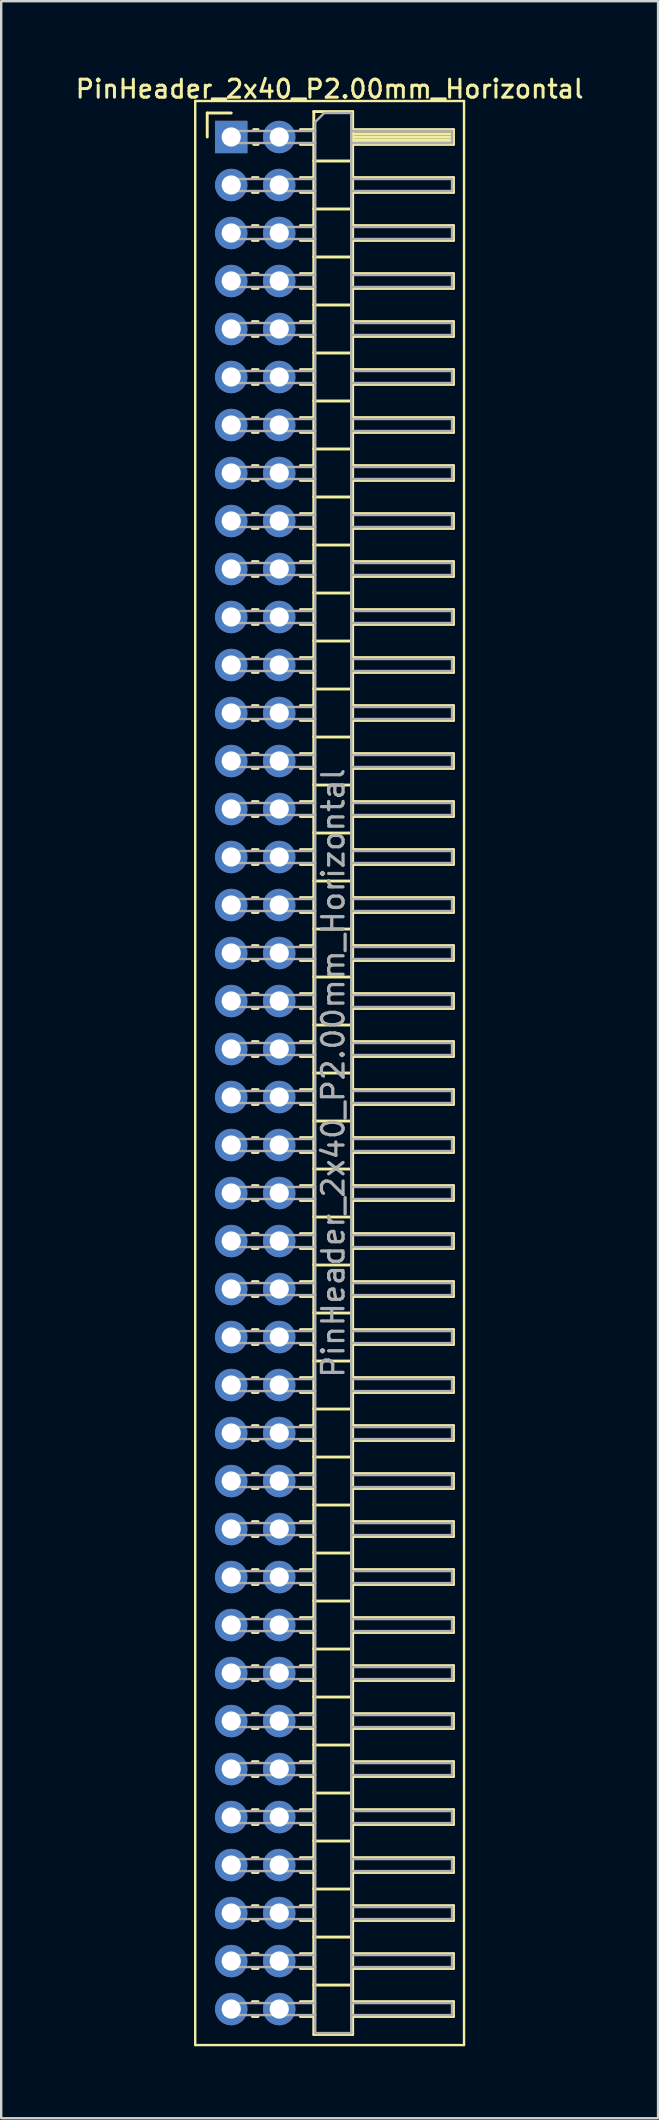
<source format=kicad_pcb>
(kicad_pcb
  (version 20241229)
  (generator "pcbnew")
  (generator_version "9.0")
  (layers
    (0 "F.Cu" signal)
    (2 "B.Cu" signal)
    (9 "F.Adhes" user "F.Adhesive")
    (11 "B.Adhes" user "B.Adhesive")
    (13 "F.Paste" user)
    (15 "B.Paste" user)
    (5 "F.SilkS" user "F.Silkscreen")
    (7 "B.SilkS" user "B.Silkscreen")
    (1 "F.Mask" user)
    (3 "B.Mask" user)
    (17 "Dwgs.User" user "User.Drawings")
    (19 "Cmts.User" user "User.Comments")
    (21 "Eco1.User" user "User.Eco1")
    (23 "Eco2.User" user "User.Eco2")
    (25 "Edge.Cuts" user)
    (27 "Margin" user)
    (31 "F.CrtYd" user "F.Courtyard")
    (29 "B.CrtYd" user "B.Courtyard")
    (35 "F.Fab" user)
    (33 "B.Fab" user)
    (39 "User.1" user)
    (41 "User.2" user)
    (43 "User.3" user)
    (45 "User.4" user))
  (footprint "PinHeader_2x40_P2.00mm_Horizontal"
    (layer "F.Cu")
    (at 6.584 2.658)
    (property "Reference" "PinHeader_2x40_P2.00mm_Horizontal" (at 4.1 -2 0) (layer "F.SilkS") (effects (font (size 0.75 0.75) (thickness 0.125))))
    (attr through_hole)
    (fp_line (start -1.5 -1.5) (end -1.5 79.5) (stroke (width 0.1) (type solid)) (layer "F.SilkS"))
    (fp_line (start -1.5 79.5) (end 9.7 79.5) (stroke (width 0.1) (type solid)) (layer "F.SilkS"))
    (fp_line (start -1 -1) (end 0 -1) (stroke (width 0.12) (type solid)) (layer "F.SilkS"))
    (fp_line (start -1 0) (end -1 -1) (stroke (width 0.12) (type solid)) (layer "F.SilkS"))
    (fp_line (start 0.882 1.69) (end 1.118 1.69) (stroke (width 0.12) (type solid)) (layer "F.SilkS"))
    (fp_line (start 0.882 2.31) (end 1.118 2.31) (stroke (width 0.12) (type solid)) (layer "F.SilkS"))
    (fp_line (start 0.882 3.69) (end 1.118 3.69) (stroke (width 0.12) (type solid)) (layer "F.SilkS"))
    (fp_line (start 0.882 4.31) (end 1.118 4.31) (stroke (width 0.12) (type solid)) (layer "F.SilkS"))
    (fp_line (start 0.882 5.69) (end 1.118 5.69) (stroke (width 0.12) (type solid)) (layer "F.SilkS"))
    (fp_line (start 0.882 6.31) (end 1.118 6.31) (stroke (width 0.12) (type solid)) (layer "F.SilkS"))
    (fp_line (start 0.882 7.69) (end 1.118 7.69) (stroke (width 0.12) (type solid)) (layer "F.SilkS"))
    (fp_line (start 0.882 8.31) (end 1.118 8.31) (stroke (width 0.12) (type solid)) (layer "F.SilkS"))
    (fp_line (start 0.882 9.69) (end 1.118 9.69) (stroke (width 0.12) (type solid)) (layer "F.SilkS"))
    (fp_line (start 0.882 10.31) (end 1.118 10.31) (stroke (width 0.12) (type solid)) (layer "F.SilkS"))
    (fp_line (start 0.882 11.69) (end 1.118 11.69) (stroke (width 0.12) (type solid)) (layer "F.SilkS"))
    (fp_line (start 0.882 12.31) (end 1.118 12.31) (stroke (width 0.12) (type solid)) (layer "F.SilkS"))
    (fp_line (start 0.882 13.69) (end 1.118 13.69) (stroke (width 0.12) (type solid)) (layer "F.SilkS"))
    (fp_line (start 0.882 14.31) (end 1.118 14.31) (stroke (width 0.12) (type solid)) (layer "F.SilkS"))
    (fp_line (start 0.882 15.69) (end 1.118 15.69) (stroke (width 0.12) (type solid)) (layer "F.SilkS"))
    (fp_line (start 0.882 16.31) (end 1.118 16.31) (stroke (width 0.12) (type solid)) (layer "F.SilkS"))
    (fp_line (start 0.882 17.69) (end 1.118 17.69) (stroke (width 0.12) (type solid)) (layer "F.SilkS"))
    (fp_line (start 0.882 18.31) (end 1.118 18.31) (stroke (width 0.12) (type solid)) (layer "F.SilkS"))
    (fp_line (start 0.882 19.69) (end 1.118 19.69) (stroke (width 0.12) (type solid)) (layer "F.SilkS"))
    (fp_line (start 0.882 20.31) (end 1.118 20.31) (stroke (width 0.12) (type solid)) (layer "F.SilkS"))
    (fp_line (start 0.882 21.69) (end 1.118 21.69) (stroke (width 0.12) (type solid)) (layer "F.SilkS"))
    (fp_line (start 0.882 22.31) (end 1.118 22.31) (stroke (width 0.12) (type solid)) (layer "F.SilkS"))
    (fp_line (start 0.882 23.69) (end 1.118 23.69) (stroke (width 0.12) (type solid)) (layer "F.SilkS"))
    (fp_line (start 0.882 24.31) (end 1.118 24.31) (stroke (width 0.12) (type solid)) (layer "F.SilkS"))
    (fp_line (start 0.882 25.69) (end 1.118 25.69) (stroke (width 0.12) (type solid)) (layer "F.SilkS"))
    (fp_line (start 0.882 26.31) (end 1.118 26.31) (stroke (width 0.12) (type solid)) (layer "F.SilkS"))
    (fp_line (start 0.882 27.69) (end 1.118 27.69) (stroke (width 0.12) (type solid)) (layer "F.SilkS"))
    (fp_line (start 0.882 28.31) (end 1.118 28.31) (stroke (width 0.12) (type solid)) (layer "F.SilkS"))
    (fp_line (start 0.882 29.69) (end 1.118 29.69) (stroke (width 0.12) (type solid)) (layer "F.SilkS"))
    (fp_line (start 0.882 30.31) (end 1.118 30.31) (stroke (width 0.12) (type solid)) (layer "F.SilkS"))
    (fp_line (start 0.882 31.69) (end 1.118 31.69) (stroke (width 0.12) (type solid)) (layer "F.SilkS"))
    (fp_line (start 0.882 32.31) (end 1.118 32.31) (stroke (width 0.12) (type solid)) (layer "F.SilkS"))
    (fp_line (start 0.882 33.69) (end 1.118 33.69) (stroke (width 0.12) (type solid)) (layer "F.SilkS"))
    (fp_line (start 0.882 34.31) (end 1.118 34.31) (stroke (width 0.12) (type solid)) (layer "F.SilkS"))
    (fp_line (start 0.882 35.69) (end 1.118 35.69) (stroke (width 0.12) (type solid)) (layer "F.SilkS"))
    (fp_line (start 0.882 36.31) (end 1.118 36.31) (stroke (width 0.12) (type solid)) (layer "F.SilkS"))
    (fp_line (start 0.882 37.69) (end 1.118 37.69) (stroke (width 0.12) (type solid)) (layer "F.SilkS"))
    (fp_line (start 0.882 38.31) (end 1.118 38.31) (stroke (width 0.12) (type solid)) (layer "F.SilkS"))
    (fp_line (start 0.882 39.69) (end 1.118 39.69) (stroke (width 0.12) (type solid)) (layer "F.SilkS"))
    (fp_line (start 0.882 40.31) (end 1.118 40.31) (stroke (width 0.12) (type solid)) (layer "F.SilkS"))
    (fp_line (start 0.882 41.69) (end 1.118 41.69) (stroke (width 0.12) (type solid)) (layer "F.SilkS"))
    (fp_line (start 0.882 42.31) (end 1.118 42.31) (stroke (width 0.12) (type solid)) (layer "F.SilkS"))
    (fp_line (start 0.882 43.69) (end 1.118 43.69) (stroke (width 0.12) (type solid)) (layer "F.SilkS"))
    (fp_line (start 0.882 44.31) (end 1.118 44.31) (stroke (width 0.12) (type solid)) (layer "F.SilkS"))
    (fp_line (start 0.882 45.69) (end 1.118 45.69) (stroke (width 0.12) (type solid)) (layer "F.SilkS"))
    (fp_line (start 0.882 46.31) (end 1.118 46.31) (stroke (width 0.12) (type solid)) (layer "F.SilkS"))
    (fp_line (start 0.882 47.69) (end 1.118 47.69) (stroke (width 0.12) (type solid)) (layer "F.SilkS"))
    (fp_line (start 0.882 48.31) (end 1.118 48.31) (stroke (width 0.12) (type solid)) (layer "F.SilkS"))
    (fp_line (start 0.882 49.69) (end 1.118 49.69) (stroke (width 0.12) (type solid)) (layer "F.SilkS"))
    (fp_line (start 0.882 50.31) (end 1.118 50.31) (stroke (width 0.12) (type solid)) (layer "F.SilkS"))
    (fp_line (start 0.882 51.69) (end 1.118 51.69) (stroke (width 0.12) (type solid)) (layer "F.SilkS"))
    (fp_line (start 0.882 52.31) (end 1.118 52.31) (stroke (width 0.12) (type solid)) (layer "F.SilkS"))
    (fp_line (start 0.882 53.69) (end 1.118 53.69) (stroke (width 0.12) (type solid)) (layer "F.SilkS"))
    (fp_line (start 0.882 54.31) (end 1.118 54.31) (stroke (width 0.12) (type solid)) (layer "F.SilkS"))
    (fp_line (start 0.882 55.69) (end 1.118 55.69) (stroke (width 0.12) (type solid)) (layer "F.SilkS"))
    (fp_line (start 0.882 56.31) (end 1.118 56.31) (stroke (width 0.12) (type solid)) (layer "F.SilkS"))
    (fp_line (start 0.882 57.69) (end 1.118 57.69) (stroke (width 0.12) (type solid)) (layer "F.SilkS"))
    (fp_line (start 0.882 58.31) (end 1.118 58.31) (stroke (width 0.12) (type solid)) (layer "F.SilkS"))
    (fp_line (start 0.882 59.69) (end 1.118 59.69) (stroke (width 0.12) (type solid)) (layer "F.SilkS"))
    (fp_line (start 0.882 60.31) (end 1.118 60.31) (stroke (width 0.12) (type solid)) (layer "F.SilkS"))
    (fp_line (start 0.882 61.69) (end 1.118 61.69) (stroke (width 0.12) (type solid)) (layer "F.SilkS"))
    (fp_line (start 0.882 62.31) (end 1.118 62.31) (stroke (width 0.12) (type solid)) (layer "F.SilkS"))
    (fp_line (start 0.882 63.69) (end 1.118 63.69) (stroke (width 0.12) (type solid)) (layer "F.SilkS"))
    (fp_line (start 0.882 64.31) (end 1.118 64.31) (stroke (width 0.12) (type solid)) (layer "F.SilkS"))
    (fp_line (start 0.882 65.69) (end 1.118 65.69) (stroke (width 0.12) (type solid)) (layer "F.SilkS"))
    (fp_line (start 0.882 66.31) (end 1.118 66.31) (stroke (width 0.12) (type solid)) (layer "F.SilkS"))
    (fp_line (start 0.882 67.69) (end 1.118 67.69) (stroke (width 0.12) (type solid)) (layer "F.SilkS"))
    (fp_line (start 0.882 68.31) (end 1.118 68.31) (stroke (width 0.12) (type solid)) (layer "F.SilkS"))
    (fp_line (start 0.882 69.69) (end 1.118 69.69) (stroke (width 0.12) (type solid)) (layer "F.SilkS"))
    (fp_line (start 0.882 70.31) (end 1.118 70.31) (stroke (width 0.12) (type solid)) (layer "F.SilkS"))
    (fp_line (start 0.882 71.69) (end 1.118 71.69) (stroke (width 0.12) (type solid)) (layer "F.SilkS"))
    (fp_line (start 0.882 72.31) (end 1.118 72.31) (stroke (width 0.12) (type solid)) (layer "F.SilkS"))
    (fp_line (start 0.882 73.69) (end 1.118 73.69) (stroke (width 0.12) (type solid)) (layer "F.SilkS"))
    (fp_line (start 0.882 74.31) (end 1.118 74.31) (stroke (width 0.12) (type solid)) (layer "F.SilkS"))
    (fp_line (start 0.882 75.69) (end 1.118 75.69) (stroke (width 0.12) (type solid)) (layer "F.SilkS"))
    (fp_line (start 0.882 76.31) (end 1.118 76.31) (stroke (width 0.12) (type solid)) (layer "F.SilkS"))
    (fp_line (start 0.882 77.69) (end 1.118 77.69) (stroke (width 0.12) (type solid)) (layer "F.SilkS"))
    (fp_line (start 0.882 78.31) (end 1.118 78.31) (stroke (width 0.12) (type solid)) (layer "F.SilkS"))
    (fp_line (start 0.935 -0.31) (end 1.118 -0.31) (stroke (width 0.12) (type solid)) (layer "F.SilkS"))
    (fp_line (start 0.935 0.31) (end 1.118 0.31) (stroke (width 0.12) (type solid)) (layer "F.SilkS"))
    (fp_line (start 2.882 -0.31) (end 3.44 -0.31) (stroke (width 0.12) (type solid)) (layer "F.SilkS"))
    (fp_line (start 2.882 0.31) (end 3.44 0.31) (stroke (width 0.12) (type solid)) (layer "F.SilkS"))
    (fp_line (start 2.882 1.69) (end 3.44 1.69) (stroke (width 0.12) (type solid)) (layer "F.SilkS"))
    (fp_line (start 2.882 2.31) (end 3.44 2.31) (stroke (width 0.12) (type solid)) (layer "F.SilkS"))
    (fp_line (start 2.882 3.69) (end 3.44 3.69) (stroke (width 0.12) (type solid)) (layer "F.SilkS"))
    (fp_line (start 2.882 4.31) (end 3.44 4.31) (stroke (width 0.12) (type solid)) (layer "F.SilkS"))
    (fp_line (start 2.882 5.69) (end 3.44 5.69) (stroke (width 0.12) (type solid)) (layer "F.SilkS"))
    (fp_line (start 2.882 6.31) (end 3.44 6.31) (stroke (width 0.12) (type solid)) (layer "F.SilkS"))
    (fp_line (start 2.882 7.69) (end 3.44 7.69) (stroke (width 0.12) (type solid)) (layer "F.SilkS"))
    (fp_line (start 2.882 8.31) (end 3.44 8.31) (stroke (width 0.12) (type solid)) (layer "F.SilkS"))
    (fp_line (start 2.882 9.69) (end 3.44 9.69) (stroke (width 0.12) (type solid)) (layer "F.SilkS"))
    (fp_line (start 2.882 10.31) (end 3.44 10.31) (stroke (width 0.12) (type solid)) (layer "F.SilkS"))
    (fp_line (start 2.882 11.69) (end 3.44 11.69) (stroke (width 0.12) (type solid)) (layer "F.SilkS"))
    (fp_line (start 2.882 12.31) (end 3.44 12.31) (stroke (width 0.12) (type solid)) (layer "F.SilkS"))
    (fp_line (start 2.882 13.69) (end 3.44 13.69) (stroke (width 0.12) (type solid)) (layer "F.SilkS"))
    (fp_line (start 2.882 14.31) (end 3.44 14.31) (stroke (width 0.12) (type solid)) (layer "F.SilkS"))
    (fp_line (start 2.882 15.69) (end 3.44 15.69) (stroke (width 0.12) (type solid)) (layer "F.SilkS"))
    (fp_line (start 2.882 16.31) (end 3.44 16.31) (stroke (width 0.12) (type solid)) (layer "F.SilkS"))
    (fp_line (start 2.882 17.69) (end 3.44 17.69) (stroke (width 0.12) (type solid)) (layer "F.SilkS"))
    (fp_line (start 2.882 18.31) (end 3.44 18.31) (stroke (width 0.12) (type solid)) (layer "F.SilkS"))
    (fp_line (start 2.882 19.69) (end 3.44 19.69) (stroke (width 0.12) (type solid)) (layer "F.SilkS"))
    (fp_line (start 2.882 20.31) (end 3.44 20.31) (stroke (width 0.12) (type solid)) (layer "F.SilkS"))
    (fp_line (start 2.882 21.69) (end 3.44 21.69) (stroke (width 0.12) (type solid)) (layer "F.SilkS"))
    (fp_line (start 2.882 22.31) (end 3.44 22.31) (stroke (width 0.12) (type solid)) (layer "F.SilkS"))
    (fp_line (start 2.882 23.69) (end 3.44 23.69) (stroke (width 0.12) (type solid)) (layer "F.SilkS"))
    (fp_line (start 2.882 24.31) (end 3.44 24.31) (stroke (width 0.12) (type solid)) (layer "F.SilkS"))
    (fp_line (start 2.882 25.69) (end 3.44 25.69) (stroke (width 0.12) (type solid)) (layer "F.SilkS"))
    (fp_line (start 2.882 26.31) (end 3.44 26.31) (stroke (width 0.12) (type solid)) (layer "F.SilkS"))
    (fp_line (start 2.882 27.69) (end 3.44 27.69) (stroke (width 0.12) (type solid)) (layer "F.SilkS"))
    (fp_line (start 2.882 28.31) (end 3.44 28.31) (stroke (width 0.12) (type solid)) (layer "F.SilkS"))
    (fp_line (start 2.882 29.69) (end 3.44 29.69) (stroke (width 0.12) (type solid)) (layer "F.SilkS"))
    (fp_line (start 2.882 30.31) (end 3.44 30.31) (stroke (width 0.12) (type solid)) (layer "F.SilkS"))
    (fp_line (start 2.882 31.69) (end 3.44 31.69) (stroke (width 0.12) (type solid)) (layer "F.SilkS"))
    (fp_line (start 2.882 32.31) (end 3.44 32.31) (stroke (width 0.12) (type solid)) (layer "F.SilkS"))
    (fp_line (start 2.882 33.69) (end 3.44 33.69) (stroke (width 0.12) (type solid)) (layer "F.SilkS"))
    (fp_line (start 2.882 34.31) (end 3.44 34.31) (stroke (width 0.12) (type solid)) (layer "F.SilkS"))
    (fp_line (start 2.882 35.69) (end 3.44 35.69) (stroke (width 0.12) (type solid)) (layer "F.SilkS"))
    (fp_line (start 2.882 36.31) (end 3.44 36.31) (stroke (width 0.12) (type solid)) (layer "F.SilkS"))
    (fp_line (start 2.882 37.69) (end 3.44 37.69) (stroke (width 0.12) (type solid)) (layer "F.SilkS"))
    (fp_line (start 2.882 38.31) (end 3.44 38.31) (stroke (width 0.12) (type solid)) (layer "F.SilkS"))
    (fp_line (start 2.882 39.69) (end 3.44 39.69) (stroke (width 0.12) (type solid)) (layer "F.SilkS"))
    (fp_line (start 2.882 40.31) (end 3.44 40.31) (stroke (width 0.12) (type solid)) (layer "F.SilkS"))
    (fp_line (start 2.882 41.69) (end 3.44 41.69) (stroke (width 0.12) (type solid)) (layer "F.SilkS"))
    (fp_line (start 2.882 42.31) (end 3.44 42.31) (stroke (width 0.12) (type solid)) (layer "F.SilkS"))
    (fp_line (start 2.882 43.69) (end 3.44 43.69) (stroke (width 0.12) (type solid)) (layer "F.SilkS"))
    (fp_line (start 2.882 44.31) (end 3.44 44.31) (stroke (width 0.12) (type solid)) (layer "F.SilkS"))
    (fp_line (start 2.882 45.69) (end 3.44 45.69) (stroke (width 0.12) (type solid)) (layer "F.SilkS"))
    (fp_line (start 2.882 46.31) (end 3.44 46.31) (stroke (width 0.12) (type solid)) (layer "F.SilkS"))
    (fp_line (start 2.882 47.69) (end 3.44 47.69) (stroke (width 0.12) (type solid)) (layer "F.SilkS"))
    (fp_line (start 2.882 48.31) (end 3.44 48.31) (stroke (width 0.12) (type solid)) (layer "F.SilkS"))
    (fp_line (start 2.882 49.69) (end 3.44 49.69) (stroke (width 0.12) (type solid)) (layer "F.SilkS"))
    (fp_line (start 2.882 50.31) (end 3.44 50.31) (stroke (width 0.12) (type solid)) (layer "F.SilkS"))
    (fp_line (start 2.882 51.69) (end 3.44 51.69) (stroke (width 0.12) (type solid)) (layer "F.SilkS"))
    (fp_line (start 2.882 52.31) (end 3.44 52.31) (stroke (width 0.12) (type solid)) (layer "F.SilkS"))
    (fp_line (start 2.882 53.69) (end 3.44 53.69) (stroke (width 0.12) (type solid)) (layer "F.SilkS"))
    (fp_line (start 2.882 54.31) (end 3.44 54.31) (stroke (width 0.12) (type solid)) (layer "F.SilkS"))
    (fp_line (start 2.882 55.69) (end 3.44 55.69) (stroke (width 0.12) (type solid)) (layer "F.SilkS"))
    (fp_line (start 2.882 56.31) (end 3.44 56.31) (stroke (width 0.12) (type solid)) (layer "F.SilkS"))
    (fp_line (start 2.882 57.69) (end 3.44 57.69) (stroke (width 0.12) (type solid)) (layer "F.SilkS"))
    (fp_line (start 2.882 58.31) (end 3.44 58.31) (stroke (width 0.12) (type solid)) (layer "F.SilkS"))
    (fp_line (start 2.882 59.69) (end 3.44 59.69) (stroke (width 0.12) (type solid)) (layer "F.SilkS"))
    (fp_line (start 2.882 60.31) (end 3.44 60.31) (stroke (width 0.12) (type solid)) (layer "F.SilkS"))
    (fp_line (start 2.882 61.69) (end 3.44 61.69) (stroke (width 0.12) (type solid)) (layer "F.SilkS"))
    (fp_line (start 2.882 62.31) (end 3.44 62.31) (stroke (width 0.12) (type solid)) (layer "F.SilkS"))
    (fp_line (start 2.882 63.69) (end 3.44 63.69) (stroke (width 0.12) (type solid)) (layer "F.SilkS"))
    (fp_line (start 2.882 64.31) (end 3.44 64.31) (stroke (width 0.12) (type solid)) (layer "F.SilkS"))
    (fp_line (start 2.882 65.69) (end 3.44 65.69) (stroke (width 0.12) (type solid)) (layer "F.SilkS"))
    (fp_line (start 2.882 66.31) (end 3.44 66.31) (stroke (width 0.12) (type solid)) (layer "F.SilkS"))
    (fp_line (start 2.882 67.69) (end 3.44 67.69) (stroke (width 0.12) (type solid)) (layer "F.SilkS"))
    (fp_line (start 2.882 68.31) (end 3.44 68.31) (stroke (width 0.12) (type solid)) (layer "F.SilkS"))
    (fp_line (start 2.882 69.69) (end 3.44 69.69) (stroke (width 0.12) (type solid)) (layer "F.SilkS"))
    (fp_line (start 2.882 70.31) (end 3.44 70.31) (stroke (width 0.12) (type solid)) (layer "F.SilkS"))
    (fp_line (start 2.882 71.69) (end 3.44 71.69) (stroke (width 0.12) (type solid)) (layer "F.SilkS"))
    (fp_line (start 2.882 72.31) (end 3.44 72.31) (stroke (width 0.12) (type solid)) (layer "F.SilkS"))
    (fp_line (start 2.882 73.69) (end 3.44 73.69) (stroke (width 0.12) (type solid)) (layer "F.SilkS"))
    (fp_line (start 2.882 74.31) (end 3.44 74.31) (stroke (width 0.12) (type solid)) (layer "F.SilkS"))
    (fp_line (start 2.882 75.69) (end 3.44 75.69) (stroke (width 0.12) (type solid)) (layer "F.SilkS"))
    (fp_line (start 2.882 76.31) (end 3.44 76.31) (stroke (width 0.12) (type solid)) (layer "F.SilkS"))
    (fp_line (start 2.882 77.69) (end 3.44 77.69) (stroke (width 0.12) (type solid)) (layer "F.SilkS"))
    (fp_line (start 2.882 78.31) (end 3.44 78.31) (stroke (width 0.12) (type solid)) (layer "F.SilkS"))
    (fp_line (start 3.44 -1.06) (end 3.44 79.06) (stroke (width 0.12) (type solid)) (layer "F.SilkS"))
    (fp_line (start 3.44 1) (end 5.06 1) (stroke (width 0.12) (type solid)) (layer "F.SilkS"))
    (fp_line (start 3.44 3) (end 5.06 3) (stroke (width 0.12) (type solid)) (layer "F.SilkS"))
    (fp_line (start 3.44 5) (end 5.06 5) (stroke (width 0.12) (type solid)) (layer "F.SilkS"))
    (fp_line (start 3.44 7) (end 5.06 7) (stroke (width 0.12) (type solid)) (layer "F.SilkS"))
    (fp_line (start 3.44 9) (end 5.06 9) (stroke (width 0.12) (type solid)) (layer "F.SilkS"))
    (fp_line (start 3.44 11) (end 5.06 11) (stroke (width 0.12) (type solid)) (layer "F.SilkS"))
    (fp_line (start 3.44 13) (end 5.06 13) (stroke (width 0.12) (type solid)) (layer "F.SilkS"))
    (fp_line (start 3.44 15) (end 5.06 15) (stroke (width 0.12) (type solid)) (layer "F.SilkS"))
    (fp_line (start 3.44 17) (end 5.06 17) (stroke (width 0.12) (type solid)) (layer "F.SilkS"))
    (fp_line (start 3.44 19) (end 5.06 19) (stroke (width 0.12) (type solid)) (layer "F.SilkS"))
    (fp_line (start 3.44 21) (end 5.06 21) (stroke (width 0.12) (type solid)) (layer "F.SilkS"))
    (fp_line (start 3.44 23) (end 5.06 23) (stroke (width 0.12) (type solid)) (layer "F.SilkS"))
    (fp_line (start 3.44 25) (end 5.06 25) (stroke (width 0.12) (type solid)) (layer "F.SilkS"))
    (fp_line (start 3.44 27) (end 5.06 27) (stroke (width 0.12) (type solid)) (layer "F.SilkS"))
    (fp_line (start 3.44 29) (end 5.06 29) (stroke (width 0.12) (type solid)) (layer "F.SilkS"))
    (fp_line (start 3.44 31) (end 5.06 31) (stroke (width 0.12) (type solid)) (layer "F.SilkS"))
    (fp_line (start 3.44 33) (end 5.06 33) (stroke (width 0.12) (type solid)) (layer "F.SilkS"))
    (fp_line (start 3.44 35) (end 5.06 35) (stroke (width 0.12) (type solid)) (layer "F.SilkS"))
    (fp_line (start 3.44 37) (end 5.06 37) (stroke (width 0.12) (type solid)) (layer "F.SilkS"))
    (fp_line (start 3.44 39) (end 5.06 39) (stroke (width 0.12) (type solid)) (layer "F.SilkS"))
    (fp_line (start 3.44 41) (end 5.06 41) (stroke (width 0.12) (type solid)) (layer "F.SilkS"))
    (fp_line (start 3.44 43) (end 5.06 43) (stroke (width 0.12) (type solid)) (layer "F.SilkS"))
    (fp_line (start 3.44 45) (end 5.06 45) (stroke (width 0.12) (type solid)) (layer "F.SilkS"))
    (fp_line (start 3.44 47) (end 5.06 47) (stroke (width 0.12) (type solid)) (layer "F.SilkS"))
    (fp_line (start 3.44 49) (end 5.06 49) (stroke (width 0.12) (type solid)) (layer "F.SilkS"))
    (fp_line (start 3.44 51) (end 5.06 51) (stroke (width 0.12) (type solid)) (layer "F.SilkS"))
    (fp_line (start 3.44 53) (end 5.06 53) (stroke (width 0.12) (type solid)) (layer "F.SilkS"))
    (fp_line (start 3.44 55) (end 5.06 55) (stroke (width 0.12) (type solid)) (layer "F.SilkS"))
    (fp_line (start 3.44 57) (end 5.06 57) (stroke (width 0.12) (type solid)) (layer "F.SilkS"))
    (fp_line (start 3.44 59) (end 5.06 59) (stroke (width 0.12) (type solid)) (layer "F.SilkS"))
    (fp_line (start 3.44 61) (end 5.06 61) (stroke (width 0.12) (type solid)) (layer "F.SilkS"))
    (fp_line (start 3.44 63) (end 5.06 63) (stroke (width 0.12) (type solid)) (layer "F.SilkS"))
    (fp_line (start 3.44 65) (end 5.06 65) (stroke (width 0.12) (type solid)) (layer "F.SilkS"))
    (fp_line (start 3.44 67) (end 5.06 67) (stroke (width 0.12) (type solid)) (layer "F.SilkS"))
    (fp_line (start 3.44 69) (end 5.06 69) (stroke (width 0.12) (type solid)) (layer "F.SilkS"))
    (fp_line (start 3.44 71) (end 5.06 71) (stroke (width 0.12) (type solid)) (layer "F.SilkS"))
    (fp_line (start 3.44 73) (end 5.06 73) (stroke (width 0.12) (type solid)) (layer "F.SilkS"))
    (fp_line (start 3.44 75) (end 5.06 75) (stroke (width 0.12) (type solid)) (layer "F.SilkS"))
    (fp_line (start 3.44 77) (end 5.06 77) (stroke (width 0.12) (type solid)) (layer "F.SilkS"))
    (fp_line (start 3.44 79.06) (end 5.06 79.06) (stroke (width 0.12) (type solid)) (layer "F.SilkS"))
    (fp_line (start 5.06 -1.06) (end 3.44 -1.06) (stroke (width 0.12) (type solid)) (layer "F.SilkS"))
    (fp_line (start 5.06 -0.31) (end 9.26 -0.31) (stroke (width 0.12) (type solid)) (layer "F.SilkS"))
    (fp_line (start 5.06 -0.25) (end 9.26 -0.25) (stroke (width 0.12) (type solid)) (layer "F.SilkS"))
    (fp_line (start 5.06 -0.13) (end 9.26 -0.13) (stroke (width 0.12) (type solid)) (layer "F.SilkS"))
    (fp_line (start 5.06 -0.01) (end 9.26 -0.01) (stroke (width 0.12) (type solid)) (layer "F.SilkS"))
    (fp_line (start 5.06 0.11) (end 9.26 0.11) (stroke (width 0.12) (type solid)) (layer "F.SilkS"))
    (fp_line (start 5.06 0.23) (end 9.26 0.23) (stroke (width 0.12) (type solid)) (layer "F.SilkS"))
    (fp_line (start 5.06 1.69) (end 9.26 1.69) (stroke (width 0.12) (type solid)) (layer "F.SilkS"))
    (fp_line (start 5.06 3.69) (end 9.26 3.69) (stroke (width 0.12) (type solid)) (layer "F.SilkS"))
    (fp_line (start 5.06 5.69) (end 9.26 5.69) (stroke (width 0.12) (type solid)) (layer "F.SilkS"))
    (fp_line (start 5.06 7.69) (end 9.26 7.69) (stroke (width 0.12) (type solid)) (layer "F.SilkS"))
    (fp_line (start 5.06 9.69) (end 9.26 9.69) (stroke (width 0.12) (type solid)) (layer "F.SilkS"))
    (fp_line (start 5.06 11.69) (end 9.26 11.69) (stroke (width 0.12) (type solid)) (layer "F.SilkS"))
    (fp_line (start 5.06 13.69) (end 9.26 13.69) (stroke (width 0.12) (type solid)) (layer "F.SilkS"))
    (fp_line (start 5.06 15.69) (end 9.26 15.69) (stroke (width 0.12) (type solid)) (layer "F.SilkS"))
    (fp_line (start 5.06 17.69) (end 9.26 17.69) (stroke (width 0.12) (type solid)) (layer "F.SilkS"))
    (fp_line (start 5.06 19.69) (end 9.26 19.69) (stroke (width 0.12) (type solid)) (layer "F.SilkS"))
    (fp_line (start 5.06 21.69) (end 9.26 21.69) (stroke (width 0.12) (type solid)) (layer "F.SilkS"))
    (fp_line (start 5.06 23.69) (end 9.26 23.69) (stroke (width 0.12) (type solid)) (layer "F.SilkS"))
    (fp_line (start 5.06 25.69) (end 9.26 25.69) (stroke (width 0.12) (type solid)) (layer "F.SilkS"))
    (fp_line (start 5.06 27.69) (end 9.26 27.69) (stroke (width 0.12) (type solid)) (layer "F.SilkS"))
    (fp_line (start 5.06 29.69) (end 9.26 29.69) (stroke (width 0.12) (type solid)) (layer "F.SilkS"))
    (fp_line (start 5.06 31.69) (end 9.26 31.69) (stroke (width 0.12) (type solid)) (layer "F.SilkS"))
    (fp_line (start 5.06 33.69) (end 9.26 33.69) (stroke (width 0.12) (type solid)) (layer "F.SilkS"))
    (fp_line (start 5.06 35.69) (end 9.26 35.69) (stroke (width 0.12) (type solid)) (layer "F.SilkS"))
    (fp_line (start 5.06 37.69) (end 9.26 37.69) (stroke (width 0.12) (type solid)) (layer "F.SilkS"))
    (fp_line (start 5.06 39.69) (end 9.26 39.69) (stroke (width 0.12) (type solid)) (layer "F.SilkS"))
    (fp_line (start 5.06 41.69) (end 9.26 41.69) (stroke (width 0.12) (type solid)) (layer "F.SilkS"))
    (fp_line (start 5.06 43.69) (end 9.26 43.69) (stroke (width 0.12) (type solid)) (layer "F.SilkS"))
    (fp_line (start 5.06 45.69) (end 9.26 45.69) (stroke (width 0.12) (type solid)) (layer "F.SilkS"))
    (fp_line (start 5.06 47.69) (end 9.26 47.69) (stroke (width 0.12) (type solid)) (layer "F.SilkS"))
    (fp_line (start 5.06 49.69) (end 9.26 49.69) (stroke (width 0.12) (type solid)) (layer "F.SilkS"))
    (fp_line (start 5.06 51.69) (end 9.26 51.69) (stroke (width 0.12) (type solid)) (layer "F.SilkS"))
    (fp_line (start 5.06 53.69) (end 9.26 53.69) (stroke (width 0.12) (type solid)) (layer "F.SilkS"))
    (fp_line (start 5.06 55.69) (end 9.26 55.69) (stroke (width 0.12) (type solid)) (layer "F.SilkS"))
    (fp_line (start 5.06 57.69) (end 9.26 57.69) (stroke (width 0.12) (type solid)) (layer "F.SilkS"))
    (fp_line (start 5.06 59.69) (end 9.26 59.69) (stroke (width 0.12) (type solid)) (layer "F.SilkS"))
    (fp_line (start 5.06 61.69) (end 9.26 61.69) (stroke (width 0.12) (type solid)) (layer "F.SilkS"))
    (fp_line (start 5.06 63.69) (end 9.26 63.69) (stroke (width 0.12) (type solid)) (layer "F.SilkS"))
    (fp_line (start 5.06 65.69) (end 9.26 65.69) (stroke (width 0.12) (type solid)) (layer "F.SilkS"))
    (fp_line (start 5.06 67.69) (end 9.26 67.69) (stroke (width 0.12) (type solid)) (layer "F.SilkS"))
    (fp_line (start 5.06 69.69) (end 9.26 69.69) (stroke (width 0.12) (type solid)) (layer "F.SilkS"))
    (fp_line (start 5.06 71.69) (end 9.26 71.69) (stroke (width 0.12) (type solid)) (layer "F.SilkS"))
    (fp_line (start 5.06 73.69) (end 9.26 73.69) (stroke (width 0.12) (type solid)) (layer "F.SilkS"))
    (fp_line (start 5.06 75.69) (end 9.26 75.69) (stroke (width 0.12) (type solid)) (layer "F.SilkS"))
    (fp_line (start 5.06 77.69) (end 9.26 77.69) (stroke (width 0.12) (type solid)) (layer "F.SilkS"))
    (fp_line (start 5.06 79.06) (end 5.06 -1.06) (stroke (width 0.12) (type solid)) (layer "F.SilkS"))
    (fp_line (start 9.26 -0.31) (end 9.26 0.31) (stroke (width 0.12) (type solid)) (layer "F.SilkS"))
    (fp_line (start 9.26 0.31) (end 5.06 0.31) (stroke (width 0.12) (type solid)) (layer "F.SilkS"))
    (fp_line (start 9.26 1.69) (end 9.26 2.31) (stroke (width 0.12) (type solid)) (layer "F.SilkS"))
    (fp_line (start 9.26 2.31) (end 5.06 2.31) (stroke (width 0.12) (type solid)) (layer "F.SilkS"))
    (fp_line (start 9.26 3.69) (end 9.26 4.31) (stroke (width 0.12) (type solid)) (layer "F.SilkS"))
    (fp_line (start 9.26 4.31) (end 5.06 4.31) (stroke (width 0.12) (type solid)) (layer "F.SilkS"))
    (fp_line (start 9.26 5.69) (end 9.26 6.31) (stroke (width 0.12) (type solid)) (layer "F.SilkS"))
    (fp_line (start 9.26 6.31) (end 5.06 6.31) (stroke (width 0.12) (type solid)) (layer "F.SilkS"))
    (fp_line (start 9.26 7.69) (end 9.26 8.31) (stroke (width 0.12) (type solid)) (layer "F.SilkS"))
    (fp_line (start 9.26 8.31) (end 5.06 8.31) (stroke (width 0.12) (type solid)) (layer "F.SilkS"))
    (fp_line (start 9.26 9.69) (end 9.26 10.31) (stroke (width 0.12) (type solid)) (layer "F.SilkS"))
    (fp_line (start 9.26 10.31) (end 5.06 10.31) (stroke (width 0.12) (type solid)) (layer "F.SilkS"))
    (fp_line (start 9.26 11.69) (end 9.26 12.31) (stroke (width 0.12) (type solid)) (layer "F.SilkS"))
    (fp_line (start 9.26 12.31) (end 5.06 12.31) (stroke (width 0.12) (type solid)) (layer "F.SilkS"))
    (fp_line (start 9.26 13.69) (end 9.26 14.31) (stroke (width 0.12) (type solid)) (layer "F.SilkS"))
    (fp_line (start 9.26 14.31) (end 5.06 14.31) (stroke (width 0.12) (type solid)) (layer "F.SilkS"))
    (fp_line (start 9.26 15.69) (end 9.26 16.31) (stroke (width 0.12) (type solid)) (layer "F.SilkS"))
    (fp_line (start 9.26 16.31) (end 5.06 16.31) (stroke (width 0.12) (type solid)) (layer "F.SilkS"))
    (fp_line (start 9.26 17.69) (end 9.26 18.31) (stroke (width 0.12) (type solid)) (layer "F.SilkS"))
    (fp_line (start 9.26 18.31) (end 5.06 18.31) (stroke (width 0.12) (type solid)) (layer "F.SilkS"))
    (fp_line (start 9.26 19.69) (end 9.26 20.31) (stroke (width 0.12) (type solid)) (layer "F.SilkS"))
    (fp_line (start 9.26 20.31) (end 5.06 20.31) (stroke (width 0.12) (type solid)) (layer "F.SilkS"))
    (fp_line (start 9.26 21.69) (end 9.26 22.31) (stroke (width 0.12) (type solid)) (layer "F.SilkS"))
    (fp_line (start 9.26 22.31) (end 5.06 22.31) (stroke (width 0.12) (type solid)) (layer "F.SilkS"))
    (fp_line (start 9.26 23.69) (end 9.26 24.31) (stroke (width 0.12) (type solid)) (layer "F.SilkS"))
    (fp_line (start 9.26 24.31) (end 5.06 24.31) (stroke (width 0.12) (type solid)) (layer "F.SilkS"))
    (fp_line (start 9.26 25.69) (end 9.26 26.31) (stroke (width 0.12) (type solid)) (layer "F.SilkS"))
    (fp_line (start 9.26 26.31) (end 5.06 26.31) (stroke (width 0.12) (type solid)) (layer "F.SilkS"))
    (fp_line (start 9.26 27.69) (end 9.26 28.31) (stroke (width 0.12) (type solid)) (layer "F.SilkS"))
    (fp_line (start 9.26 28.31) (end 5.06 28.31) (stroke (width 0.12) (type solid)) (layer "F.SilkS"))
    (fp_line (start 9.26 29.69) (end 9.26 30.31) (stroke (width 0.12) (type solid)) (layer "F.SilkS"))
    (fp_line (start 9.26 30.31) (end 5.06 30.31) (stroke (width 0.12) (type solid)) (layer "F.SilkS"))
    (fp_line (start 9.26 31.69) (end 9.26 32.31) (stroke (width 0.12) (type solid)) (layer "F.SilkS"))
    (fp_line (start 9.26 32.31) (end 5.06 32.31) (stroke (width 0.12) (type solid)) (layer "F.SilkS"))
    (fp_line (start 9.26 33.69) (end 9.26 34.31) (stroke (width 0.12) (type solid)) (layer "F.SilkS"))
    (fp_line (start 9.26 34.31) (end 5.06 34.31) (stroke (width 0.12) (type solid)) (layer "F.SilkS"))
    (fp_line (start 9.26 35.69) (end 9.26 36.31) (stroke (width 0.12) (type solid)) (layer "F.SilkS"))
    (fp_line (start 9.26 36.31) (end 5.06 36.31) (stroke (width 0.12) (type solid)) (layer "F.SilkS"))
    (fp_line (start 9.26 37.69) (end 9.26 38.31) (stroke (width 0.12) (type solid)) (layer "F.SilkS"))
    (fp_line (start 9.26 38.31) (end 5.06 38.31) (stroke (width 0.12) (type solid)) (layer "F.SilkS"))
    (fp_line (start 9.26 39.69) (end 9.26 40.31) (stroke (width 0.12) (type solid)) (layer "F.SilkS"))
    (fp_line (start 9.26 40.31) (end 5.06 40.31) (stroke (width 0.12) (type solid)) (layer "F.SilkS"))
    (fp_line (start 9.26 41.69) (end 9.26 42.31) (stroke (width 0.12) (type solid)) (layer "F.SilkS"))
    (fp_line (start 9.26 42.31) (end 5.06 42.31) (stroke (width 0.12) (type solid)) (layer "F.SilkS"))
    (fp_line (start 9.26 43.69) (end 9.26 44.31) (stroke (width 0.12) (type solid)) (layer "F.SilkS"))
    (fp_line (start 9.26 44.31) (end 5.06 44.31) (stroke (width 0.12) (type solid)) (layer "F.SilkS"))
    (fp_line (start 9.26 45.69) (end 9.26 46.31) (stroke (width 0.12) (type solid)) (layer "F.SilkS"))
    (fp_line (start 9.26 46.31) (end 5.06 46.31) (stroke (width 0.12) (type solid)) (layer "F.SilkS"))
    (fp_line (start 9.26 47.69) (end 9.26 48.31) (stroke (width 0.12) (type solid)) (layer "F.SilkS"))
    (fp_line (start 9.26 48.31) (end 5.06 48.31) (stroke (width 0.12) (type solid)) (layer "F.SilkS"))
    (fp_line (start 9.26 49.69) (end 9.26 50.31) (stroke (width 0.12) (type solid)) (layer "F.SilkS"))
    (fp_line (start 9.26 50.31) (end 5.06 50.31) (stroke (width 0.12) (type solid)) (layer "F.SilkS"))
    (fp_line (start 9.26 51.69) (end 9.26 52.31) (stroke (width 0.12) (type solid)) (layer "F.SilkS"))
    (fp_line (start 9.26 52.31) (end 5.06 52.31) (stroke (width 0.12) (type solid)) (layer "F.SilkS"))
    (fp_line (start 9.26 53.69) (end 9.26 54.31) (stroke (width 0.12) (type solid)) (layer "F.SilkS"))
    (fp_line (start 9.26 54.31) (end 5.06 54.31) (stroke (width 0.12) (type solid)) (layer "F.SilkS"))
    (fp_line (start 9.26 55.69) (end 9.26 56.31) (stroke (width 0.12) (type solid)) (layer "F.SilkS"))
    (fp_line (start 9.26 56.31) (end 5.06 56.31) (stroke (width 0.12) (type solid)) (layer "F.SilkS"))
    (fp_line (start 9.26 57.69) (end 9.26 58.31) (stroke (width 0.12) (type solid)) (layer "F.SilkS"))
    (fp_line (start 9.26 58.31) (end 5.06 58.31) (stroke (width 0.12) (type solid)) (layer "F.SilkS"))
    (fp_line (start 9.26 59.69) (end 9.26 60.31) (stroke (width 0.12) (type solid)) (layer "F.SilkS"))
    (fp_line (start 9.26 60.31) (end 5.06 60.31) (stroke (width 0.12) (type solid)) (layer "F.SilkS"))
    (fp_line (start 9.26 61.69) (end 9.26 62.31) (stroke (width 0.12) (type solid)) (layer "F.SilkS"))
    (fp_line (start 9.26 62.31) (end 5.06 62.31) (stroke (width 0.12) (type solid)) (layer "F.SilkS"))
    (fp_line (start 9.26 63.69) (end 9.26 64.31) (stroke (width 0.12) (type solid)) (layer "F.SilkS"))
    (fp_line (start 9.26 64.31) (end 5.06 64.31) (stroke (width 0.12) (type solid)) (layer "F.SilkS"))
    (fp_line (start 9.26 65.69) (end 9.26 66.31) (stroke (width 0.12) (type solid)) (layer "F.SilkS"))
    (fp_line (start 9.26 66.31) (end 5.06 66.31) (stroke (width 0.12) (type solid)) (layer "F.SilkS"))
    (fp_line (start 9.26 67.69) (end 9.26 68.31) (stroke (width 0.12) (type solid)) (layer "F.SilkS"))
    (fp_line (start 9.26 68.31) (end 5.06 68.31) (stroke (width 0.12) (type solid)) (layer "F.SilkS"))
    (fp_line (start 9.26 69.69) (end 9.26 70.31) (stroke (width 0.12) (type solid)) (layer "F.SilkS"))
    (fp_line (start 9.26 70.31) (end 5.06 70.31) (stroke (width 0.12) (type solid)) (layer "F.SilkS"))
    (fp_line (start 9.26 71.69) (end 9.26 72.31) (stroke (width 0.12) (type solid)) (layer "F.SilkS"))
    (fp_line (start 9.26 72.31) (end 5.06 72.31) (stroke (width 0.12) (type solid)) (layer "F.SilkS"))
    (fp_line (start 9.26 73.69) (end 9.26 74.31) (stroke (width 0.12) (type solid)) (layer "F.SilkS"))
    (fp_line (start 9.26 74.31) (end 5.06 74.31) (stroke (width 0.12) (type solid)) (layer "F.SilkS"))
    (fp_line (start 9.26 75.69) (end 9.26 76.31) (stroke (width 0.12) (type solid)) (layer "F.SilkS"))
    (fp_line (start 9.26 76.31) (end 5.06 76.31) (stroke (width 0.12) (type solid)) (layer "F.SilkS"))
    (fp_line (start 9.26 77.69) (end 9.26 78.31) (stroke (width 0.12) (type solid)) (layer "F.SilkS"))
    (fp_line (start 9.26 78.31) (end 5.06 78.31) (stroke (width 0.12) (type solid)) (layer "F.SilkS"))
    (fp_line (start 9.7 -1.5) (end -1.5 -1.5) (stroke (width 0.1) (type solid)) (layer "F.SilkS"))
    (fp_line (start 9.7 79.5) (end 9.7 -1.5) (stroke (width 0.1) (type solid)) (layer "F.SilkS"))
    (fp_line (start -0.25 -0.25) (end -0.25 0.25) (stroke (width 0.1) (type solid)) (layer "F.Fab"))
    (fp_line (start -0.25 -0.25) (end 3.5 -0.25) (stroke (width 0.1) (type solid)) (layer "F.Fab"))
    (fp_line (start -0.25 0.25) (end 3.5 0.25) (stroke (width 0.1) (type solid)) (layer "F.Fab"))
    (fp_line (start -0.25 1.75) (end -0.25 2.25) (stroke (width 0.1) (type solid)) (layer "F.Fab"))
    (fp_line (start -0.25 1.75) (end 3.5 1.75) (stroke (width 0.1) (type solid)) (layer "F.Fab"))
    (fp_line (start -0.25 2.25) (end 3.5 2.25) (stroke (width 0.1) (type solid)) (layer "F.Fab"))
    (fp_line (start -0.25 3.75) (end -0.25 4.25) (stroke (width 0.1) (type solid)) (layer "F.Fab"))
    (fp_line (start -0.25 3.75) (end 3.5 3.75) (stroke (width 0.1) (type solid)) (layer "F.Fab"))
    (fp_line (start -0.25 4.25) (end 3.5 4.25) (stroke (width 0.1) (type solid)) (layer "F.Fab"))
    (fp_line (start -0.25 5.75) (end -0.25 6.25) (stroke (width 0.1) (type solid)) (layer "F.Fab"))
    (fp_line (start -0.25 5.75) (end 3.5 5.75) (stroke (width 0.1) (type solid)) (layer "F.Fab"))
    (fp_line (start -0.25 6.25) (end 3.5 6.25) (stroke (width 0.1) (type solid)) (layer "F.Fab"))
    (fp_line (start -0.25 7.75) (end -0.25 8.25) (stroke (width 0.1) (type solid)) (layer "F.Fab"))
    (fp_line (start -0.25 7.75) (end 3.5 7.75) (stroke (width 0.1) (type solid)) (layer "F.Fab"))
    (fp_line (start -0.25 8.25) (end 3.5 8.25) (stroke (width 0.1) (type solid)) (layer "F.Fab"))
    (fp_line (start -0.25 9.75) (end -0.25 10.25) (stroke (width 0.1) (type solid)) (layer "F.Fab"))
    (fp_line (start -0.25 9.75) (end 3.5 9.75) (stroke (width 0.1) (type solid)) (layer "F.Fab"))
    (fp_line (start -0.25 10.25) (end 3.5 10.25) (stroke (width 0.1) (type solid)) (layer "F.Fab"))
    (fp_line (start -0.25 11.75) (end -0.25 12.25) (stroke (width 0.1) (type solid)) (layer "F.Fab"))
    (fp_line (start -0.25 11.75) (end 3.5 11.75) (stroke (width 0.1) (type solid)) (layer "F.Fab"))
    (fp_line (start -0.25 12.25) (end 3.5 12.25) (stroke (width 0.1) (type solid)) (layer "F.Fab"))
    (fp_line (start -0.25 13.75) (end -0.25 14.25) (stroke (width 0.1) (type solid)) (layer "F.Fab"))
    (fp_line (start -0.25 13.75) (end 3.5 13.75) (stroke (width 0.1) (type solid)) (layer "F.Fab"))
    (fp_line (start -0.25 14.25) (end 3.5 14.25) (stroke (width 0.1) (type solid)) (layer "F.Fab"))
    (fp_line (start -0.25 15.75) (end -0.25 16.25) (stroke (width 0.1) (type solid)) (layer "F.Fab"))
    (fp_line (start -0.25 15.75) (end 3.5 15.75) (stroke (width 0.1) (type solid)) (layer "F.Fab"))
    (fp_line (start -0.25 16.25) (end 3.5 16.25) (stroke (width 0.1) (type solid)) (layer "F.Fab"))
    (fp_line (start -0.25 17.75) (end -0.25 18.25) (stroke (width 0.1) (type solid)) (layer "F.Fab"))
    (fp_line (start -0.25 17.75) (end 3.5 17.75) (stroke (width 0.1) (type solid)) (layer "F.Fab"))
    (fp_line (start -0.25 18.25) (end 3.5 18.25) (stroke (width 0.1) (type solid)) (layer "F.Fab"))
    (fp_line (start -0.25 19.75) (end -0.25 20.25) (stroke (width 0.1) (type solid)) (layer "F.Fab"))
    (fp_line (start -0.25 19.75) (end 3.5 19.75) (stroke (width 0.1) (type solid)) (layer "F.Fab"))
    (fp_line (start -0.25 20.25) (end 3.5 20.25) (stroke (width 0.1) (type solid)) (layer "F.Fab"))
    (fp_line (start -0.25 21.75) (end -0.25 22.25) (stroke (width 0.1) (type solid)) (layer "F.Fab"))
    (fp_line (start -0.25 21.75) (end 3.5 21.75) (stroke (width 0.1) (type solid)) (layer "F.Fab"))
    (fp_line (start -0.25 22.25) (end 3.5 22.25) (stroke (width 0.1) (type solid)) (layer "F.Fab"))
    (fp_line (start -0.25 23.75) (end -0.25 24.25) (stroke (width 0.1) (type solid)) (layer "F.Fab"))
    (fp_line (start -0.25 23.75) (end 3.5 23.75) (stroke (width 0.1) (type solid)) (layer "F.Fab"))
    (fp_line (start -0.25 24.25) (end 3.5 24.25) (stroke (width 0.1) (type solid)) (layer "F.Fab"))
    (fp_line (start -0.25 25.75) (end -0.25 26.25) (stroke (width 0.1) (type solid)) (layer "F.Fab"))
    (fp_line (start -0.25 25.75) (end 3.5 25.75) (stroke (width 0.1) (type solid)) (layer "F.Fab"))
    (fp_line (start -0.25 26.25) (end 3.5 26.25) (stroke (width 0.1) (type solid)) (layer "F.Fab"))
    (fp_line (start -0.25 27.75) (end -0.25 28.25) (stroke (width 0.1) (type solid)) (layer "F.Fab"))
    (fp_line (start -0.25 27.75) (end 3.5 27.75) (stroke (width 0.1) (type solid)) (layer "F.Fab"))
    (fp_line (start -0.25 28.25) (end 3.5 28.25) (stroke (width 0.1) (type solid)) (layer "F.Fab"))
    (fp_line (start -0.25 29.75) (end -0.25 30.25) (stroke (width 0.1) (type solid)) (layer "F.Fab"))
    (fp_line (start -0.25 29.75) (end 3.5 29.75) (stroke (width 0.1) (type solid)) (layer "F.Fab"))
    (fp_line (start -0.25 30.25) (end 3.5 30.25) (stroke (width 0.1) (type solid)) (layer "F.Fab"))
    (fp_line (start -0.25 31.75) (end -0.25 32.25) (stroke (width 0.1) (type solid)) (layer "F.Fab"))
    (fp_line (start -0.25 31.75) (end 3.5 31.75) (stroke (width 0.1) (type solid)) (layer "F.Fab"))
    (fp_line (start -0.25 32.25) (end 3.5 32.25) (stroke (width 0.1) (type solid)) (layer "F.Fab"))
    (fp_line (start -0.25 33.75) (end -0.25 34.25) (stroke (width 0.1) (type solid)) (layer "F.Fab"))
    (fp_line (start -0.25 33.75) (end 3.5 33.75) (stroke (width 0.1) (type solid)) (layer "F.Fab"))
    (fp_line (start -0.25 34.25) (end 3.5 34.25) (stroke (width 0.1) (type solid)) (layer "F.Fab"))
    (fp_line (start -0.25 35.75) (end -0.25 36.25) (stroke (width 0.1) (type solid)) (layer "F.Fab"))
    (fp_line (start -0.25 35.75) (end 3.5 35.75) (stroke (width 0.1) (type solid)) (layer "F.Fab"))
    (fp_line (start -0.25 36.25) (end 3.5 36.25) (stroke (width 0.1) (type solid)) (layer "F.Fab"))
    (fp_line (start -0.25 37.75) (end -0.25 38.25) (stroke (width 0.1) (type solid)) (layer "F.Fab"))
    (fp_line (start -0.25 37.75) (end 3.5 37.75) (stroke (width 0.1) (type solid)) (layer "F.Fab"))
    (fp_line (start -0.25 38.25) (end 3.5 38.25) (stroke (width 0.1) (type solid)) (layer "F.Fab"))
    (fp_line (start -0.25 39.75) (end -0.25 40.25) (stroke (width 0.1) (type solid)) (layer "F.Fab"))
    (fp_line (start -0.25 39.75) (end 3.5 39.75) (stroke (width 0.1) (type solid)) (layer "F.Fab"))
    (fp_line (start -0.25 40.25) (end 3.5 40.25) (stroke (width 0.1) (type solid)) (layer "F.Fab"))
    (fp_line (start -0.25 41.75) (end -0.25 42.25) (stroke (width 0.1) (type solid)) (layer "F.Fab"))
    (fp_line (start -0.25 41.75) (end 3.5 41.75) (stroke (width 0.1) (type solid)) (layer "F.Fab"))
    (fp_line (start -0.25 42.25) (end 3.5 42.25) (stroke (width 0.1) (type solid)) (layer "F.Fab"))
    (fp_line (start -0.25 43.75) (end -0.25 44.25) (stroke (width 0.1) (type solid)) (layer "F.Fab"))
    (fp_line (start -0.25 43.75) (end 3.5 43.75) (stroke (width 0.1) (type solid)) (layer "F.Fab"))
    (fp_line (start -0.25 44.25) (end 3.5 44.25) (stroke (width 0.1) (type solid)) (layer "F.Fab"))
    (fp_line (start -0.25 45.75) (end -0.25 46.25) (stroke (width 0.1) (type solid)) (layer "F.Fab"))
    (fp_line (start -0.25 45.75) (end 3.5 45.75) (stroke (width 0.1) (type solid)) (layer "F.Fab"))
    (fp_line (start -0.25 46.25) (end 3.5 46.25) (stroke (width 0.1) (type solid)) (layer "F.Fab"))
    (fp_line (start -0.25 47.75) (end -0.25 48.25) (stroke (width 0.1) (type solid)) (layer "F.Fab"))
    (fp_line (start -0.25 47.75) (end 3.5 47.75) (stroke (width 0.1) (type solid)) (layer "F.Fab"))
    (fp_line (start -0.25 48.25) (end 3.5 48.25) (stroke (width 0.1) (type solid)) (layer "F.Fab"))
    (fp_line (start -0.25 49.75) (end -0.25 50.25) (stroke (width 0.1) (type solid)) (layer "F.Fab"))
    (fp_line (start -0.25 49.75) (end 3.5 49.75) (stroke (width 0.1) (type solid)) (layer "F.Fab"))
    (fp_line (start -0.25 50.25) (end 3.5 50.25) (stroke (width 0.1) (type solid)) (layer "F.Fab"))
    (fp_line (start -0.25 51.75) (end -0.25 52.25) (stroke (width 0.1) (type solid)) (layer "F.Fab"))
    (fp_line (start -0.25 51.75) (end 3.5 51.75) (stroke (width 0.1) (type solid)) (layer "F.Fab"))
    (fp_line (start -0.25 52.25) (end 3.5 52.25) (stroke (width 0.1) (type solid)) (layer "F.Fab"))
    (fp_line (start -0.25 53.75) (end -0.25 54.25) (stroke (width 0.1) (type solid)) (layer "F.Fab"))
    (fp_line (start -0.25 53.75) (end 3.5 53.75) (stroke (width 0.1) (type solid)) (layer "F.Fab"))
    (fp_line (start -0.25 54.25) (end 3.5 54.25) (stroke (width 0.1) (type solid)) (layer "F.Fab"))
    (fp_line (start -0.25 55.75) (end -0.25 56.25) (stroke (width 0.1) (type solid)) (layer "F.Fab"))
    (fp_line (start -0.25 55.75) (end 3.5 55.75) (stroke (width 0.1) (type solid)) (layer "F.Fab"))
    (fp_line (start -0.25 56.25) (end 3.5 56.25) (stroke (width 0.1) (type solid)) (layer "F.Fab"))
    (fp_line (start -0.25 57.75) (end -0.25 58.25) (stroke (width 0.1) (type solid)) (layer "F.Fab"))
    (fp_line (start -0.25 57.75) (end 3.5 57.75) (stroke (width 0.1) (type solid)) (layer "F.Fab"))
    (fp_line (start -0.25 58.25) (end 3.5 58.25) (stroke (width 0.1) (type solid)) (layer "F.Fab"))
    (fp_line (start -0.25 59.75) (end -0.25 60.25) (stroke (width 0.1) (type solid)) (layer "F.Fab"))
    (fp_line (start -0.25 59.75) (end 3.5 59.75) (stroke (width 0.1) (type solid)) (layer "F.Fab"))
    (fp_line (start -0.25 60.25) (end 3.5 60.25) (stroke (width 0.1) (type solid)) (layer "F.Fab"))
    (fp_line (start -0.25 61.75) (end -0.25 62.25) (stroke (width 0.1) (type solid)) (layer "F.Fab"))
    (fp_line (start -0.25 61.75) (end 3.5 61.75) (stroke (width 0.1) (type solid)) (layer "F.Fab"))
    (fp_line (start -0.25 62.25) (end 3.5 62.25) (stroke (width 0.1) (type solid)) (layer "F.Fab"))
    (fp_line (start -0.25 63.75) (end -0.25 64.25) (stroke (width 0.1) (type solid)) (layer "F.Fab"))
    (fp_line (start -0.25 63.75) (end 3.5 63.75) (stroke (width 0.1) (type solid)) (layer "F.Fab"))
    (fp_line (start -0.25 64.25) (end 3.5 64.25) (stroke (width 0.1) (type solid)) (layer "F.Fab"))
    (fp_line (start -0.25 65.75) (end -0.25 66.25) (stroke (width 0.1) (type solid)) (layer "F.Fab"))
    (fp_line (start -0.25 65.75) (end 3.5 65.75) (stroke (width 0.1) (type solid)) (layer "F.Fab"))
    (fp_line (start -0.25 66.25) (end 3.5 66.25) (stroke (width 0.1) (type solid)) (layer "F.Fab"))
    (fp_line (start -0.25 67.75) (end -0.25 68.25) (stroke (width 0.1) (type solid)) (layer "F.Fab"))
    (fp_line (start -0.25 67.75) (end 3.5 67.75) (stroke (width 0.1) (type solid)) (layer "F.Fab"))
    (fp_line (start -0.25 68.25) (end 3.5 68.25) (stroke (width 0.1) (type solid)) (layer "F.Fab"))
    (fp_line (start -0.25 69.75) (end -0.25 70.25) (stroke (width 0.1) (type solid)) (layer "F.Fab"))
    (fp_line (start -0.25 69.75) (end 3.5 69.75) (stroke (width 0.1) (type solid)) (layer "F.Fab"))
    (fp_line (start -0.25 70.25) (end 3.5 70.25) (stroke (width 0.1) (type solid)) (layer "F.Fab"))
    (fp_line (start -0.25 71.75) (end -0.25 72.25) (stroke (width 0.1) (type solid)) (layer "F.Fab"))
    (fp_line (start -0.25 71.75) (end 3.5 71.75) (stroke (width 0.1) (type solid)) (layer "F.Fab"))
    (fp_line (start -0.25 72.25) (end 3.5 72.25) (stroke (width 0.1) (type solid)) (layer "F.Fab"))
    (fp_line (start -0.25 73.75) (end -0.25 74.25) (stroke (width 0.1) (type solid)) (layer "F.Fab"))
    (fp_line (start -0.25 73.75) (end 3.5 73.75) (stroke (width 0.1) (type solid)) (layer "F.Fab"))
    (fp_line (start -0.25 74.25) (end 3.5 74.25) (stroke (width 0.1) (type solid)) (layer "F.Fab"))
    (fp_line (start -0.25 75.75) (end -0.25 76.25) (stroke (width 0.1) (type solid)) (layer "F.Fab"))
    (fp_line (start -0.25 75.75) (end 3.5 75.75) (stroke (width 0.1) (type solid)) (layer "F.Fab"))
    (fp_line (start -0.25 76.25) (end 3.5 76.25) (stroke (width 0.1) (type solid)) (layer "F.Fab"))
    (fp_line (start -0.25 77.75) (end -0.25 78.25) (stroke (width 0.1) (type solid)) (layer "F.Fab"))
    (fp_line (start -0.25 77.75) (end 3.5 77.75) (stroke (width 0.1) (type solid)) (layer "F.Fab"))
    (fp_line (start -0.25 78.25) (end 3.5 78.25) (stroke (width 0.1) (type solid)) (layer "F.Fab"))
    (fp_line (start 3.5 -0.625) (end 3.875 -1) (stroke (width 0.1) (type solid)) (layer "F.Fab"))
    (fp_line (start 3.5 79) (end 3.5 -0.625) (stroke (width 0.1) (type solid)) (layer "F.Fab"))
    (fp_line (start 3.875 -1) (end 5 -1) (stroke (width 0.1) (type solid)) (layer "F.Fab"))
    (fp_line (start 5 -1) (end 5 79) (stroke (width 0.1) (type solid)) (layer "F.Fab"))
    (fp_line (start 5 -0.25) (end 9.2 -0.25) (stroke (width 0.1) (type solid)) (layer "F.Fab"))
    (fp_line (start 5 0.25) (end 9.2 0.25) (stroke (width 0.1) (type solid)) (layer "F.Fab"))
    (fp_line (start 5 1.75) (end 9.2 1.75) (stroke (width 0.1) (type solid)) (layer "F.Fab"))
    (fp_line (start 5 2.25) (end 9.2 2.25) (stroke (width 0.1) (type solid)) (layer "F.Fab"))
    (fp_line (start 5 3.75) (end 9.2 3.75) (stroke (width 0.1) (type solid)) (layer "F.Fab"))
    (fp_line (start 5 4.25) (end 9.2 4.25) (stroke (width 0.1) (type solid)) (layer "F.Fab"))
    (fp_line (start 5 5.75) (end 9.2 5.75) (stroke (width 0.1) (type solid)) (layer "F.Fab"))
    (fp_line (start 5 6.25) (end 9.2 6.25) (stroke (width 0.1) (type solid)) (layer "F.Fab"))
    (fp_line (start 5 7.75) (end 9.2 7.75) (stroke (width 0.1) (type solid)) (layer "F.Fab"))
    (fp_line (start 5 8.25) (end 9.2 8.25) (stroke (width 0.1) (type solid)) (layer "F.Fab"))
    (fp_line (start 5 9.75) (end 9.2 9.75) (stroke (width 0.1) (type solid)) (layer "F.Fab"))
    (fp_line (start 5 10.25) (end 9.2 10.25) (stroke (width 0.1) (type solid)) (layer "F.Fab"))
    (fp_line (start 5 11.75) (end 9.2 11.75) (stroke (width 0.1) (type solid)) (layer "F.Fab"))
    (fp_line (start 5 12.25) (end 9.2 12.25) (stroke (width 0.1) (type solid)) (layer "F.Fab"))
    (fp_line (start 5 13.75) (end 9.2 13.75) (stroke (width 0.1) (type solid)) (layer "F.Fab"))
    (fp_line (start 5 14.25) (end 9.2 14.25) (stroke (width 0.1) (type solid)) (layer "F.Fab"))
    (fp_line (start 5 15.75) (end 9.2 15.75) (stroke (width 0.1) (type solid)) (layer "F.Fab"))
    (fp_line (start 5 16.25) (end 9.2 16.25) (stroke (width 0.1) (type solid)) (layer "F.Fab"))
    (fp_line (start 5 17.75) (end 9.2 17.75) (stroke (width 0.1) (type solid)) (layer "F.Fab"))
    (fp_line (start 5 18.25) (end 9.2 18.25) (stroke (width 0.1) (type solid)) (layer "F.Fab"))
    (fp_line (start 5 19.75) (end 9.2 19.75) (stroke (width 0.1) (type solid)) (layer "F.Fab"))
    (fp_line (start 5 20.25) (end 9.2 20.25) (stroke (width 0.1) (type solid)) (layer "F.Fab"))
    (fp_line (start 5 21.75) (end 9.2 21.75) (stroke (width 0.1) (type solid)) (layer "F.Fab"))
    (fp_line (start 5 22.25) (end 9.2 22.25) (stroke (width 0.1) (type solid)) (layer "F.Fab"))
    (fp_line (start 5 23.75) (end 9.2 23.75) (stroke (width 0.1) (type solid)) (layer "F.Fab"))
    (fp_line (start 5 24.25) (end 9.2 24.25) (stroke (width 0.1) (type solid)) (layer "F.Fab"))
    (fp_line (start 5 25.75) (end 9.2 25.75) (stroke (width 0.1) (type solid)) (layer "F.Fab"))
    (fp_line (start 5 26.25) (end 9.2 26.25) (stroke (width 0.1) (type solid)) (layer "F.Fab"))
    (fp_line (start 5 27.75) (end 9.2 27.75) (stroke (width 0.1) (type solid)) (layer "F.Fab"))
    (fp_line (start 5 28.25) (end 9.2 28.25) (stroke (width 0.1) (type solid)) (layer "F.Fab"))
    (fp_line (start 5 29.75) (end 9.2 29.75) (stroke (width 0.1) (type solid)) (layer "F.Fab"))
    (fp_line (start 5 30.25) (end 9.2 30.25) (stroke (width 0.1) (type solid)) (layer "F.Fab"))
    (fp_line (start 5 31.75) (end 9.2 31.75) (stroke (width 0.1) (type solid)) (layer "F.Fab"))
    (fp_line (start 5 32.25) (end 9.2 32.25) (stroke (width 0.1) (type solid)) (layer "F.Fab"))
    (fp_line (start 5 33.75) (end 9.2 33.75) (stroke (width 0.1) (type solid)) (layer "F.Fab"))
    (fp_line (start 5 34.25) (end 9.2 34.25) (stroke (width 0.1) (type solid)) (layer "F.Fab"))
    (fp_line (start 5 35.75) (end 9.2 35.75) (stroke (width 0.1) (type solid)) (layer "F.Fab"))
    (fp_line (start 5 36.25) (end 9.2 36.25) (stroke (width 0.1) (type solid)) (layer "F.Fab"))
    (fp_line (start 5 37.75) (end 9.2 37.75) (stroke (width 0.1) (type solid)) (layer "F.Fab"))
    (fp_line (start 5 38.25) (end 9.2 38.25) (stroke (width 0.1) (type solid)) (layer "F.Fab"))
    (fp_line (start 5 39.75) (end 9.2 39.75) (stroke (width 0.1) (type solid)) (layer "F.Fab"))
    (fp_line (start 5 40.25) (end 9.2 40.25) (stroke (width 0.1) (type solid)) (layer "F.Fab"))
    (fp_line (start 5 41.75) (end 9.2 41.75) (stroke (width 0.1) (type solid)) (layer "F.Fab"))
    (fp_line (start 5 42.25) (end 9.2 42.25) (stroke (width 0.1) (type solid)) (layer "F.Fab"))
    (fp_line (start 5 43.75) (end 9.2 43.75) (stroke (width 0.1) (type solid)) (layer "F.Fab"))
    (fp_line (start 5 44.25) (end 9.2 44.25) (stroke (width 0.1) (type solid)) (layer "F.Fab"))
    (fp_line (start 5 45.75) (end 9.2 45.75) (stroke (width 0.1) (type solid)) (layer "F.Fab"))
    (fp_line (start 5 46.25) (end 9.2 46.25) (stroke (width 0.1) (type solid)) (layer "F.Fab"))
    (fp_line (start 5 47.75) (end 9.2 47.75) (stroke (width 0.1) (type solid)) (layer "F.Fab"))
    (fp_line (start 5 48.25) (end 9.2 48.25) (stroke (width 0.1) (type solid)) (layer "F.Fab"))
    (fp_line (start 5 49.75) (end 9.2 49.75) (stroke (width 0.1) (type solid)) (layer "F.Fab"))
    (fp_line (start 5 50.25) (end 9.2 50.25) (stroke (width 0.1) (type solid)) (layer "F.Fab"))
    (fp_line (start 5 51.75) (end 9.2 51.75) (stroke (width 0.1) (type solid)) (layer "F.Fab"))
    (fp_line (start 5 52.25) (end 9.2 52.25) (stroke (width 0.1) (type solid)) (layer "F.Fab"))
    (fp_line (start 5 53.75) (end 9.2 53.75) (stroke (width 0.1) (type solid)) (layer "F.Fab"))
    (fp_line (start 5 54.25) (end 9.2 54.25) (stroke (width 0.1) (type solid)) (layer "F.Fab"))
    (fp_line (start 5 55.75) (end 9.2 55.75) (stroke (width 0.1) (type solid)) (layer "F.Fab"))
    (fp_line (start 5 56.25) (end 9.2 56.25) (stroke (width 0.1) (type solid)) (layer "F.Fab"))
    (fp_line (start 5 57.75) (end 9.2 57.75) (stroke (width 0.1) (type solid)) (layer "F.Fab"))
    (fp_line (start 5 58.25) (end 9.2 58.25) (stroke (width 0.1) (type solid)) (layer "F.Fab"))
    (fp_line (start 5 59.75) (end 9.2 59.75) (stroke (width 0.1) (type solid)) (layer "F.Fab"))
    (fp_line (start 5 60.25) (end 9.2 60.25) (stroke (width 0.1) (type solid)) (layer "F.Fab"))
    (fp_line (start 5 61.75) (end 9.2 61.75) (stroke (width 0.1) (type solid)) (layer "F.Fab"))
    (fp_line (start 5 62.25) (end 9.2 62.25) (stroke (width 0.1) (type solid)) (layer "F.Fab"))
    (fp_line (start 5 63.75) (end 9.2 63.75) (stroke (width 0.1) (type solid)) (layer "F.Fab"))
    (fp_line (start 5 64.25) (end 9.2 64.25) (stroke (width 0.1) (type solid)) (layer "F.Fab"))
    (fp_line (start 5 65.75) (end 9.2 65.75) (stroke (width 0.1) (type solid)) (layer "F.Fab"))
    (fp_line (start 5 66.25) (end 9.2 66.25) (stroke (width 0.1) (type solid)) (layer "F.Fab"))
    (fp_line (start 5 67.75) (end 9.2 67.75) (stroke (width 0.1) (type solid)) (layer "F.Fab"))
    (fp_line (start 5 68.25) (end 9.2 68.25) (stroke (width 0.1) (type solid)) (layer "F.Fab"))
    (fp_line (start 5 69.75) (end 9.2 69.75) (stroke (width 0.1) (type solid)) (layer "F.Fab"))
    (fp_line (start 5 70.25) (end 9.2 70.25) (stroke (width 0.1) (type solid)) (layer "F.Fab"))
    (fp_line (start 5 71.75) (end 9.2 71.75) (stroke (width 0.1) (type solid)) (layer "F.Fab"))
    (fp_line (start 5 72.25) (end 9.2 72.25) (stroke (width 0.1) (type solid)) (layer "F.Fab"))
    (fp_line (start 5 73.75) (end 9.2 73.75) (stroke (width 0.1) (type solid)) (layer "F.Fab"))
    (fp_line (start 5 74.25) (end 9.2 74.25) (stroke (width 0.1) (type solid)) (layer "F.Fab"))
    (fp_line (start 5 75.75) (end 9.2 75.75) (stroke (width 0.1) (type solid)) (layer "F.Fab"))
    (fp_line (start 5 76.25) (end 9.2 76.25) (stroke (width 0.1) (type solid)) (layer "F.Fab"))
    (fp_line (start 5 77.75) (end 9.2 77.75) (stroke (width 0.1) (type solid)) (layer "F.Fab"))
    (fp_line (start 5 78.25) (end 9.2 78.25) (stroke (width 0.1) (type solid)) (layer "F.Fab"))
    (fp_line (start 5 79) (end 3.5 79) (stroke (width 0.1) (type solid)) (layer "F.Fab"))
    (fp_line (start 9.2 -0.25) (end 9.2 0.25) (stroke (width 0.1) (type solid)) (layer "F.Fab"))
    (fp_line (start 9.2 1.75) (end 9.2 2.25) (stroke (width 0.1) (type solid)) (layer "F.Fab"))
    (fp_line (start 9.2 3.75) (end 9.2 4.25) (stroke (width 0.1) (type solid)) (layer "F.Fab"))
    (fp_line (start 9.2 5.75) (end 9.2 6.25) (stroke (width 0.1) (type solid)) (layer "F.Fab"))
    (fp_line (start 9.2 7.75) (end 9.2 8.25) (stroke (width 0.1) (type solid)) (layer "F.Fab"))
    (fp_line (start 9.2 9.75) (end 9.2 10.25) (stroke (width 0.1) (type solid)) (layer "F.Fab"))
    (fp_line (start 9.2 11.75) (end 9.2 12.25) (stroke (width 0.1) (type solid)) (layer "F.Fab"))
    (fp_line (start 9.2 13.75) (end 9.2 14.25) (stroke (width 0.1) (type solid)) (layer "F.Fab"))
    (fp_line (start 9.2 15.75) (end 9.2 16.25) (stroke (width 0.1) (type solid)) (layer "F.Fab"))
    (fp_line (start 9.2 17.75) (end 9.2 18.25) (stroke (width 0.1) (type solid)) (layer "F.Fab"))
    (fp_line (start 9.2 19.75) (end 9.2 20.25) (stroke (width 0.1) (type solid)) (layer "F.Fab"))
    (fp_line (start 9.2 21.75) (end 9.2 22.25) (stroke (width 0.1) (type solid)) (layer "F.Fab"))
    (fp_line (start 9.2 23.75) (end 9.2 24.25) (stroke (width 0.1) (type solid)) (layer "F.Fab"))
    (fp_line (start 9.2 25.75) (end 9.2 26.25) (stroke (width 0.1) (type solid)) (layer "F.Fab"))
    (fp_line (start 9.2 27.75) (end 9.2 28.25) (stroke (width 0.1) (type solid)) (layer "F.Fab"))
    (fp_line (start 9.2 29.75) (end 9.2 30.25) (stroke (width 0.1) (type solid)) (layer "F.Fab"))
    (fp_line (start 9.2 31.75) (end 9.2 32.25) (stroke (width 0.1) (type solid)) (layer "F.Fab"))
    (fp_line (start 9.2 33.75) (end 9.2 34.25) (stroke (width 0.1) (type solid)) (layer "F.Fab"))
    (fp_line (start 9.2 35.75) (end 9.2 36.25) (stroke (width 0.1) (type solid)) (layer "F.Fab"))
    (fp_line (start 9.2 37.75) (end 9.2 38.25) (stroke (width 0.1) (type solid)) (layer "F.Fab"))
    (fp_line (start 9.2 39.75) (end 9.2 40.25) (stroke (width 0.1) (type solid)) (layer "F.Fab"))
    (fp_line (start 9.2 41.75) (end 9.2 42.25) (stroke (width 0.1) (type solid)) (layer "F.Fab"))
    (fp_line (start 9.2 43.75) (end 9.2 44.25) (stroke (width 0.1) (type solid)) (layer "F.Fab"))
    (fp_line (start 9.2 45.75) (end 9.2 46.25) (stroke (width 0.1) (type solid)) (layer "F.Fab"))
    (fp_line (start 9.2 47.75) (end 9.2 48.25) (stroke (width 0.1) (type solid)) (layer "F.Fab"))
    (fp_line (start 9.2 49.75) (end 9.2 50.25) (stroke (width 0.1) (type solid)) (layer "F.Fab"))
    (fp_line (start 9.2 51.75) (end 9.2 52.25) (stroke (width 0.1) (type solid)) (layer "F.Fab"))
    (fp_line (start 9.2 53.75) (end 9.2 54.25) (stroke (width 0.1) (type solid)) (layer "F.Fab"))
    (fp_line (start 9.2 55.75) (end 9.2 56.25) (stroke (width 0.1) (type solid)) (layer "F.Fab"))
    (fp_line (start 9.2 57.75) (end 9.2 58.25) (stroke (width 0.1) (type solid)) (layer "F.Fab"))
    (fp_line (start 9.2 59.75) (end 9.2 60.25) (stroke (width 0.1) (type solid)) (layer "F.Fab"))
    (fp_line (start 9.2 61.75) (end 9.2 62.25) (stroke (width 0.1) (type solid)) (layer "F.Fab"))
    (fp_line (start 9.2 63.75) (end 9.2 64.25) (stroke (width 0.1) (type solid)) (layer "F.Fab"))
    (fp_line (start 9.2 65.75) (end 9.2 66.25) (stroke (width 0.1) (type solid)) (layer "F.Fab"))
    (fp_line (start 9.2 67.75) (end 9.2 68.25) (stroke (width 0.1) (type solid)) (layer "F.Fab"))
    (fp_line (start 9.2 69.75) (end 9.2 70.25) (stroke (width 0.1) (type solid)) (layer "F.Fab"))
    (fp_line (start 9.2 71.75) (end 9.2 72.25) (stroke (width 0.1) (type solid)) (layer "F.Fab"))
    (fp_line (start 9.2 73.75) (end 9.2 74.25) (stroke (width 0.1) (type solid)) (layer "F.Fab"))
    (fp_line (start 9.2 75.75) (end 9.2 76.25) (stroke (width 0.1) (type solid)) (layer "F.Fab"))
    (fp_line (start 9.2 77.75) (end 9.2 78.25) (stroke (width 0.1) (type solid)) (layer "F.Fab"))
    (fp_text user "${REFERENCE}" (at 4.25 39 90) (layer "F.Fab") (effects (font (size 0.9 0.9) (thickness 0.135))))
    (pad "1" thru_hole rect (at 0 0) (size 1.35 1.35) (drill 0.8) (layers "*.Cu" "*.Mask"))
    (pad "2" thru_hole oval (at 2 0) (size 1.35 1.35) (drill 0.8) (layers "*.Cu" "*.Mask"))
    (pad "3" thru_hole oval (at 0 2) (size 1.35 1.35) (drill 0.8) (layers "*.Cu" "*.Mask"))
    (pad "4" thru_hole oval (at 2 2) (size 1.35 1.35) (drill 0.8) (layers "*.Cu" "*.Mask"))
    (pad "5" thru_hole oval (at 0 4) (size 1.35 1.35) (drill 0.8) (layers "*.Cu" "*.Mask"))
    (pad "6" thru_hole oval (at 2 4) (size 1.35 1.35) (drill 0.8) (layers "*.Cu" "*.Mask"))
    (pad "7" thru_hole oval (at 0 6) (size 1.35 1.35) (drill 0.8) (layers "*.Cu" "*.Mask"))
    (pad "8" thru_hole oval (at 2 6) (size 1.35 1.35) (drill 0.8) (layers "*.Cu" "*.Mask"))
    (pad "9" thru_hole oval (at 0 8) (size 1.35 1.35) (drill 0.8) (layers "*.Cu" "*.Mask"))
    (pad "10" thru_hole oval (at 2 8) (size 1.35 1.35) (drill 0.8) (layers "*.Cu" "*.Mask"))
    (pad "11" thru_hole oval (at 0 10) (size 1.35 1.35) (drill 0.8) (layers "*.Cu" "*.Mask"))
    (pad "12" thru_hole oval (at 2 10) (size 1.35 1.35) (drill 0.8) (layers "*.Cu" "*.Mask"))
    (pad "13" thru_hole oval (at 0 12) (size 1.35 1.35) (drill 0.8) (layers "*.Cu" "*.Mask"))
    (pad "14" thru_hole oval (at 2 12) (size 1.35 1.35) (drill 0.8) (layers "*.Cu" "*.Mask"))
    (pad "15" thru_hole oval (at 0 14) (size 1.35 1.35) (drill 0.8) (layers "*.Cu" "*.Mask"))
    (pad "16" thru_hole oval (at 2 14) (size 1.35 1.35) (drill 0.8) (layers "*.Cu" "*.Mask"))
    (pad "17" thru_hole oval (at 0 16) (size 1.35 1.35) (drill 0.8) (layers "*.Cu" "*.Mask"))
    (pad "18" thru_hole oval (at 2 16) (size 1.35 1.35) (drill 0.8) (layers "*.Cu" "*.Mask"))
    (pad "19" thru_hole oval (at 0 18) (size 1.35 1.35) (drill 0.8) (layers "*.Cu" "*.Mask"))
    (pad "20" thru_hole oval (at 2 18) (size 1.35 1.35) (drill 0.8) (layers "*.Cu" "*.Mask"))
    (pad "21" thru_hole oval (at 0 20) (size 1.35 1.35) (drill 0.8) (layers "*.Cu" "*.Mask"))
    (pad "22" thru_hole oval (at 2 20) (size 1.35 1.35) (drill 0.8) (layers "*.Cu" "*.Mask"))
    (pad "23" thru_hole oval (at 0 22) (size 1.35 1.35) (drill 0.8) (layers "*.Cu" "*.Mask"))
    (pad "24" thru_hole oval (at 2 22) (size 1.35 1.35) (drill 0.8) (layers "*.Cu" "*.Mask"))
    (pad "25" thru_hole oval (at 0 24) (size 1.35 1.35) (drill 0.8) (layers "*.Cu" "*.Mask"))
    (pad "26" thru_hole oval (at 2 24) (size 1.35 1.35) (drill 0.8) (layers "*.Cu" "*.Mask"))
    (pad "27" thru_hole oval (at 0 26) (size 1.35 1.35) (drill 0.8) (layers "*.Cu" "*.Mask"))
    (pad "28" thru_hole oval (at 2 26) (size 1.35 1.35) (drill 0.8) (layers "*.Cu" "*.Mask"))
    (pad "29" thru_hole oval (at 0 28) (size 1.35 1.35) (drill 0.8) (layers "*.Cu" "*.Mask"))
    (pad "30" thru_hole oval (at 2 28) (size 1.35 1.35) (drill 0.8) (layers "*.Cu" "*.Mask"))
    (pad "31" thru_hole oval (at 0 30) (size 1.35 1.35) (drill 0.8) (layers "*.Cu" "*.Mask"))
    (pad "32" thru_hole oval (at 2 30) (size 1.35 1.35) (drill 0.8) (layers "*.Cu" "*.Mask"))
    (pad "33" thru_hole oval (at 0 32) (size 1.35 1.35) (drill 0.8) (layers "*.Cu" "*.Mask"))
    (pad "34" thru_hole oval (at 2 32) (size 1.35 1.35) (drill 0.8) (layers "*.Cu" "*.Mask"))
    (pad "35" thru_hole oval (at 0 34) (size 1.35 1.35) (drill 0.8) (layers "*.Cu" "*.Mask"))
    (pad "36" thru_hole oval (at 2 34) (size 1.35 1.35) (drill 0.8) (layers "*.Cu" "*.Mask"))
    (pad "37" thru_hole oval (at 0 36) (size 1.35 1.35) (drill 0.8) (layers "*.Cu" "*.Mask"))
    (pad "38" thru_hole oval (at 2 36) (size 1.35 1.35) (drill 0.8) (layers "*.Cu" "*.Mask"))
    (pad "39" thru_hole oval (at 0 38) (size 1.35 1.35) (drill 0.8) (layers "*.Cu" "*.Mask"))
    (pad "40" thru_hole oval (at 2 38) (size 1.35 1.35) (drill 0.8) (layers "*.Cu" "*.Mask"))
    (pad "41" thru_hole oval (at 0 40) (size 1.35 1.35) (drill 0.8) (layers "*.Cu" "*.Mask"))
    (pad "42" thru_hole oval (at 2 40) (size 1.35 1.35) (drill 0.8) (layers "*.Cu" "*.Mask"))
    (pad "43" thru_hole oval (at 0 42) (size 1.35 1.35) (drill 0.8) (layers "*.Cu" "*.Mask"))
    (pad "44" thru_hole oval (at 2 42) (size 1.35 1.35) (drill 0.8) (layers "*.Cu" "*.Mask"))
    (pad "45" thru_hole oval (at 0 44) (size 1.35 1.35) (drill 0.8) (layers "*.Cu" "*.Mask"))
    (pad "46" thru_hole oval (at 2 44) (size 1.35 1.35) (drill 0.8) (layers "*.Cu" "*.Mask"))
    (pad "47" thru_hole oval (at 0 46) (size 1.35 1.35) (drill 0.8) (layers "*.Cu" "*.Mask"))
    (pad "48" thru_hole oval (at 2 46) (size 1.35 1.35) (drill 0.8) (layers "*.Cu" "*.Mask"))
    (pad "49" thru_hole oval (at 0 48) (size 1.35 1.35) (drill 0.8) (layers "*.Cu" "*.Mask"))
    (pad "50" thru_hole oval (at 2 48) (size 1.35 1.35) (drill 0.8) (layers "*.Cu" "*.Mask"))
    (pad "51" thru_hole oval (at 0 50) (size 1.35 1.35) (drill 0.8) (layers "*.Cu" "*.Mask"))
    (pad "52" thru_hole oval (at 2 50) (size 1.35 1.35) (drill 0.8) (layers "*.Cu" "*.Mask"))
    (pad "53" thru_hole oval (at 0 52) (size 1.35 1.35) (drill 0.8) (layers "*.Cu" "*.Mask"))
    (pad "54" thru_hole oval (at 2 52) (size 1.35 1.35) (drill 0.8) (layers "*.Cu" "*.Mask"))
    (pad "55" thru_hole oval (at 0 54) (size 1.35 1.35) (drill 0.8) (layers "*.Cu" "*.Mask"))
    (pad "56" thru_hole oval (at 2 54) (size 1.35 1.35) (drill 0.8) (layers "*.Cu" "*.Mask"))
    (pad "57" thru_hole oval (at 0 56) (size 1.35 1.35) (drill 0.8) (layers "*.Cu" "*.Mask"))
    (pad "58" thru_hole oval (at 2 56) (size 1.35 1.35) (drill 0.8) (layers "*.Cu" "*.Mask"))
    (pad "59" thru_hole oval (at 0 58) (size 1.35 1.35) (drill 0.8) (layers "*.Cu" "*.Mask"))
    (pad "60" thru_hole oval (at 2 58) (size 1.35 1.35) (drill 0.8) (layers "*.Cu" "*.Mask"))
    (pad "61" thru_hole oval (at 0 60) (size 1.35 1.35) (drill 0.8) (layers "*.Cu" "*.Mask"))
    (pad "62" thru_hole oval (at 2 60) (size 1.35 1.35) (drill 0.8) (layers "*.Cu" "*.Mask"))
    (pad "63" thru_hole oval (at 0 62) (size 1.35 1.35) (drill 0.8) (layers "*.Cu" "*.Mask"))
    (pad "64" thru_hole oval (at 2 62) (size 1.35 1.35) (drill 0.8) (layers "*.Cu" "*.Mask"))
    (pad "65" thru_hole oval (at 0 64) (size 1.35 1.35) (drill 0.8) (layers "*.Cu" "*.Mask"))
    (pad "66" thru_hole oval (at 2 64) (size 1.35 1.35) (drill 0.8) (layers "*.Cu" "*.Mask"))
    (pad "67" thru_hole oval (at 0 66) (size 1.35 1.35) (drill 0.8) (layers "*.Cu" "*.Mask"))
    (pad "68" thru_hole oval (at 2 66) (size 1.35 1.35) (drill 0.8) (layers "*.Cu" "*.Mask"))
    (pad "69" thru_hole oval (at 0 68) (size 1.35 1.35) (drill 0.8) (layers "*.Cu" "*.Mask"))
    (pad "70" thru_hole oval (at 2 68) (size 1.35 1.35) (drill 0.8) (layers "*.Cu" "*.Mask"))
    (pad "71" thru_hole oval (at 0 70) (size 1.35 1.35) (drill 0.8) (layers "*.Cu" "*.Mask"))
    (pad "72" thru_hole oval (at 2 70) (size 1.35 1.35) (drill 0.8) (layers "*.Cu" "*.Mask"))
    (pad "73" thru_hole oval (at 0 72) (size 1.35 1.35) (drill 0.8) (layers "*.Cu" "*.Mask"))
    (pad "74" thru_hole oval (at 2 72) (size 1.35 1.35) (drill 0.8) (layers "*.Cu" "*.Mask"))
    (pad "75" thru_hole oval (at 0 74) (size 1.35 1.35) (drill 0.8) (layers "*.Cu" "*.Mask"))
    (pad "76" thru_hole oval (at 2 74) (size 1.35 1.35) (drill 0.8) (layers "*.Cu" "*.Mask"))
    (pad "77" thru_hole oval (at 0 76) (size 1.35 1.35) (drill 0.8) (layers "*.Cu" "*.Mask"))
    (pad "78" thru_hole oval (at 2 76) (size 1.35 1.35) (drill 0.8) (layers "*.Cu" "*.Mask"))
    (pad "79" thru_hole oval (at 0 78) (size 1.35 1.35) (drill 0.8) (layers "*.Cu" "*.Mask"))
    (pad "80" thru_hole oval (at 2 78) (size 1.35 1.35) (drill 0.8) (layers "*.Cu" "*.Mask")))
  (gr_rect
    (start -3 -3)
    (end 24.368 85.208)
    (stroke (width 0.1) (type default))
    (fill no)
    (layer "Edge.Cuts")))
</source>
